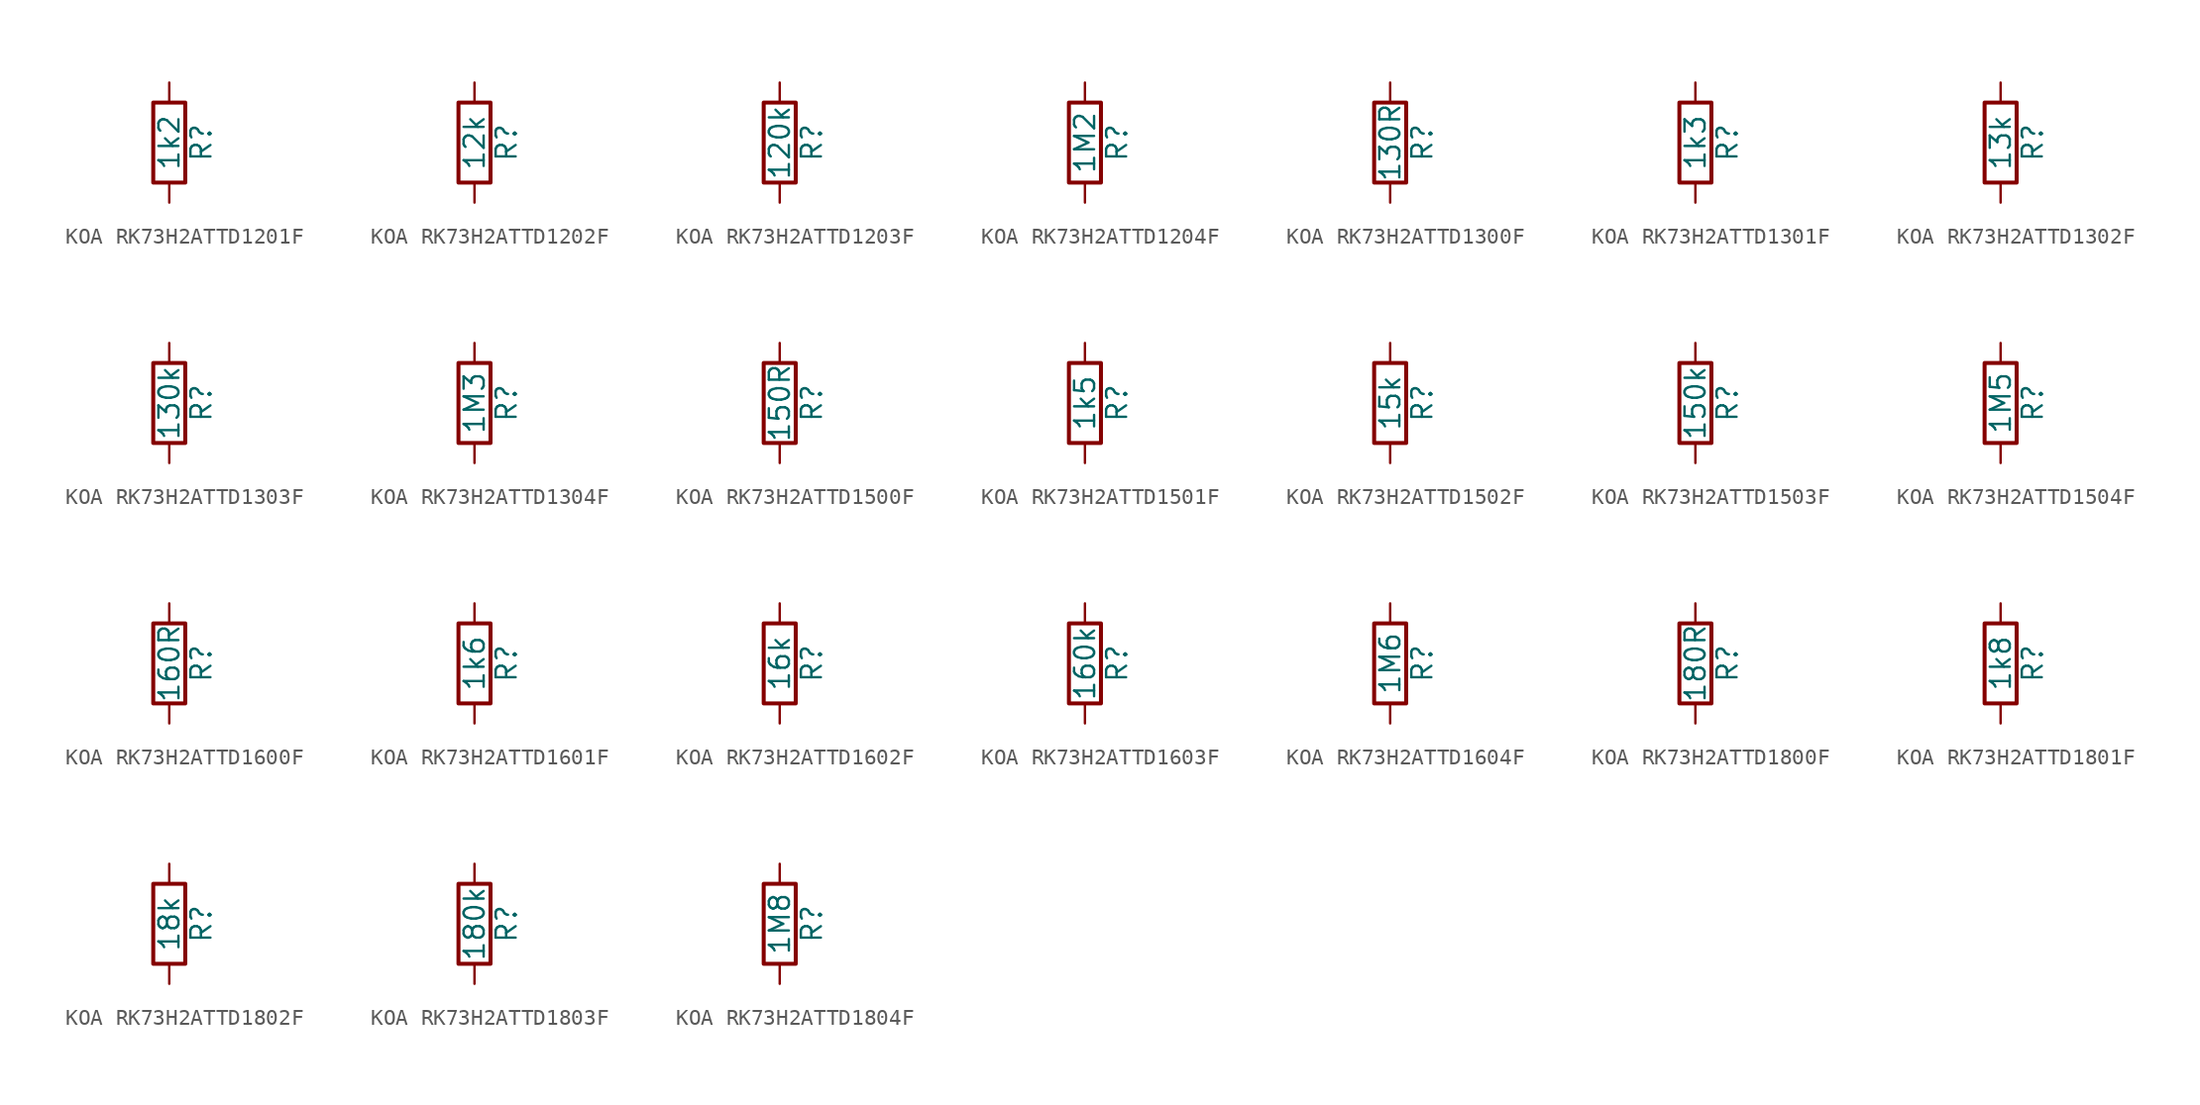
<source format=kicad_sym>
(kicad_symbol_lib
  (version 20220914)
  (generator kicad_symbol_editor)
  (symbol "KOA RK73H2ATTD1201F"
    (pin_numbers hide)
    (pin_names
      (offset 0))
    (property "Reference" "R"
      (at 2.032 0 90)
      (effects (font (size 1.27 1.27))))
    (property "Value" "1k2"
      (at 0 0 90)
      (effects (font (size 1.27 1.27))))
    (symbol "KOA RK73H2ATTD1201F_0_1"
      (rectangle (start -1.016 -2.54) (end 1.016 2.54) (stroke (width 0.254) (type default)) (fill (type none))))
    (symbol "KOA RK73H2ATTD1201F_1_1"
      (pin passive line (at 0 3.81 270) (length 1.27) (name "~" (effects (font (size 1.27 1.27)))) (number "1" (effects (font (size 1.27 1.27)))))
      (pin passive line (at 0 -3.81 90) (length 1.27) (name "~" (effects (font (size 1.27 1.27)))) (number "2" (effects (font (size 1.27 1.27)))))))
  (symbol "KOA RK73H2ATTD1202F"
    (pin_numbers hide)
    (pin_names
      (offset 0))
    (property "Reference" "R"
      (at 2.032 0 90)
      (effects (font (size 1.27 1.27))))
    (property "Value" "12k"
      (at 0 0 90)
      (effects (font (size 1.27 1.27))))
    (symbol "KOA RK73H2ATTD1202F_0_1"
      (rectangle (start -1.016 -2.54) (end 1.016 2.54) (stroke (width 0.254) (type default)) (fill (type none))))
    (symbol "KOA RK73H2ATTD1202F_1_1"
      (pin passive line (at 0 3.81 270) (length 1.27) (name "~" (effects (font (size 1.27 1.27)))) (number "1" (effects (font (size 1.27 1.27)))))
      (pin passive line (at 0 -3.81 90) (length 1.27) (name "~" (effects (font (size 1.27 1.27)))) (number "2" (effects (font (size 1.27 1.27)))))))
  (symbol "KOA RK73H2ATTD1203F"
    (pin_numbers hide)
    (pin_names
      (offset 0))
    (property "Reference" "R"
      (at 2.032 0 90)
      (effects (font (size 1.27 1.27))))
    (property "Value" "120k"
      (at 0 0 90)
      (effects (font (size 1.27 1.27))))
    (symbol "KOA RK73H2ATTD1203F_0_1"
      (rectangle (start -1.016 -2.54) (end 1.016 2.54) (stroke (width 0.254) (type default)) (fill (type none))))
    (symbol "KOA RK73H2ATTD1203F_1_1"
      (pin passive line (at 0 3.81 270) (length 1.27) (name "~" (effects (font (size 1.27 1.27)))) (number "1" (effects (font (size 1.27 1.27)))))
      (pin passive line (at 0 -3.81 90) (length 1.27) (name "~" (effects (font (size 1.27 1.27)))) (number "2" (effects (font (size 1.27 1.27)))))))
  (symbol "KOA RK73H2ATTD1204F"
    (pin_numbers hide)
    (pin_names
      (offset 0))
    (property "Reference" "R"
      (at 2.032 0 90)
      (effects (font (size 1.27 1.27))))
    (property "Value" "1M2"
      (at 0 0 90)
      (effects (font (size 1.27 1.27))))
    (symbol "KOA RK73H2ATTD1204F_0_1"
      (rectangle (start -1.016 -2.54) (end 1.016 2.54) (stroke (width 0.254) (type default)) (fill (type none))))
    (symbol "KOA RK73H2ATTD1204F_1_1"
      (pin passive line (at 0 3.81 270) (length 1.27) (name "~" (effects (font (size 1.27 1.27)))) (number "1" (effects (font (size 1.27 1.27)))))
      (pin passive line (at 0 -3.81 90) (length 1.27) (name "~" (effects (font (size 1.27 1.27)))) (number "2" (effects (font (size 1.27 1.27)))))))
  (symbol "KOA RK73H2ATTD1300F"
    (pin_numbers hide)
    (pin_names
      (offset 0))
    (property "Reference" "R"
      (at 2.032 0 90)
      (effects (font (size 1.27 1.27))))
    (property "Value" "130R"
      (at 0 0 90)
      (effects (font (size 1.27 1.27))))
    (symbol "KOA RK73H2ATTD1300F_0_1"
      (rectangle (start -1.016 -2.54) (end 1.016 2.54) (stroke (width 0.254) (type default)) (fill (type none))))
    (symbol "KOA RK73H2ATTD1300F_1_1"
      (pin passive line (at 0 3.81 270) (length 1.27) (name "~" (effects (font (size 1.27 1.27)))) (number "1" (effects (font (size 1.27 1.27)))))
      (pin passive line (at 0 -3.81 90) (length 1.27) (name "~" (effects (font (size 1.27 1.27)))) (number "2" (effects (font (size 1.27 1.27)))))))
  (symbol "KOA RK73H2ATTD1301F"
    (pin_numbers hide)
    (pin_names
      (offset 0))
    (property "Reference" "R"
      (at 2.032 0 90)
      (effects (font (size 1.27 1.27))))
    (property "Value" "1k3"
      (at 0 0 90)
      (effects (font (size 1.27 1.27))))
    (symbol "KOA RK73H2ATTD1301F_0_1"
      (rectangle (start -1.016 -2.54) (end 1.016 2.54) (stroke (width 0.254) (type default)) (fill (type none))))
    (symbol "KOA RK73H2ATTD1301F_1_1"
      (pin passive line (at 0 3.81 270) (length 1.27) (name "~" (effects (font (size 1.27 1.27)))) (number "1" (effects (font (size 1.27 1.27)))))
      (pin passive line (at 0 -3.81 90) (length 1.27) (name "~" (effects (font (size 1.27 1.27)))) (number "2" (effects (font (size 1.27 1.27)))))))
  (symbol "KOA RK73H2ATTD1302F"
    (pin_numbers hide)
    (pin_names
      (offset 0))
    (property "Reference" "R"
      (at 2.032 0 90)
      (effects (font (size 1.27 1.27))))
    (property "Value" "13k"
      (at 0 0 90)
      (effects (font (size 1.27 1.27))))
    (symbol "KOA RK73H2ATTD1302F_0_1"
      (rectangle (start -1.016 -2.54) (end 1.016 2.54) (stroke (width 0.254) (type default)) (fill (type none))))
    (symbol "KOA RK73H2ATTD1302F_1_1"
      (pin passive line (at 0 3.81 270) (length 1.27) (name "~" (effects (font (size 1.27 1.27)))) (number "1" (effects (font (size 1.27 1.27)))))
      (pin passive line (at 0 -3.81 90) (length 1.27) (name "~" (effects (font (size 1.27 1.27)))) (number "2" (effects (font (size 1.27 1.27)))))))
  (symbol "KOA RK73H2ATTD1303F"
    (pin_numbers hide)
    (pin_names
      (offset 0))
    (property "Reference" "R"
      (at 2.032 0 90)
      (effects (font (size 1.27 1.27))))
    (property "Value" "130k"
      (at 0 0 90)
      (effects (font (size 1.27 1.27))))
    (symbol "KOA RK73H2ATTD1303F_0_1"
      (rectangle (start -1.016 -2.54) (end 1.016 2.54) (stroke (width 0.254) (type default)) (fill (type none))))
    (symbol "KOA RK73H2ATTD1303F_1_1"
      (pin passive line (at 0 3.81 270) (length 1.27) (name "~" (effects (font (size 1.27 1.27)))) (number "1" (effects (font (size 1.27 1.27)))))
      (pin passive line (at 0 -3.81 90) (length 1.27) (name "~" (effects (font (size 1.27 1.27)))) (number "2" (effects (font (size 1.27 1.27)))))))
  (symbol "KOA RK73H2ATTD1304F"
    (pin_numbers hide)
    (pin_names
      (offset 0))
    (property "Reference" "R"
      (at 2.032 0 90)
      (effects (font (size 1.27 1.27))))
    (property "Value" "1M3"
      (at 0 0 90)
      (effects (font (size 1.27 1.27))))
    (symbol "KOA RK73H2ATTD1304F_0_1"
      (rectangle (start -1.016 -2.54) (end 1.016 2.54) (stroke (width 0.254) (type default)) (fill (type none))))
    (symbol "KOA RK73H2ATTD1304F_1_1"
      (pin passive line (at 0 3.81 270) (length 1.27) (name "~" (effects (font (size 1.27 1.27)))) (number "1" (effects (font (size 1.27 1.27)))))
      (pin passive line (at 0 -3.81 90) (length 1.27) (name "~" (effects (font (size 1.27 1.27)))) (number "2" (effects (font (size 1.27 1.27)))))))
  (symbol "KOA RK73H2ATTD1500F"
    (pin_numbers hide)
    (pin_names
      (offset 0))
    (property "Reference" "R"
      (at 2.032 0 90)
      (effects (font (size 1.27 1.27))))
    (property "Value" "150R"
      (at 0 0 90)
      (effects (font (size 1.27 1.27))))
    (symbol "KOA RK73H2ATTD1500F_0_1"
      (rectangle (start -1.016 -2.54) (end 1.016 2.54) (stroke (width 0.254) (type default)) (fill (type none))))
    (symbol "KOA RK73H2ATTD1500F_1_1"
      (pin passive line (at 0 3.81 270) (length 1.27) (name "~" (effects (font (size 1.27 1.27)))) (number "1" (effects (font (size 1.27 1.27)))))
      (pin passive line (at 0 -3.81 90) (length 1.27) (name "~" (effects (font (size 1.27 1.27)))) (number "2" (effects (font (size 1.27 1.27)))))))
  (symbol "KOA RK73H2ATTD1501F"
    (pin_numbers hide)
    (pin_names
      (offset 0))
    (property "Reference" "R"
      (at 2.032 0 90)
      (effects (font (size 1.27 1.27))))
    (property "Value" "1k5"
      (at 0 0 90)
      (effects (font (size 1.27 1.27))))
    (symbol "KOA RK73H2ATTD1501F_0_1"
      (rectangle (start -1.016 -2.54) (end 1.016 2.54) (stroke (width 0.254) (type default)) (fill (type none))))
    (symbol "KOA RK73H2ATTD1501F_1_1"
      (pin passive line (at 0 3.81 270) (length 1.27) (name "~" (effects (font (size 1.27 1.27)))) (number "1" (effects (font (size 1.27 1.27)))))
      (pin passive line (at 0 -3.81 90) (length 1.27) (name "~" (effects (font (size 1.27 1.27)))) (number "2" (effects (font (size 1.27 1.27)))))))
  (symbol "KOA RK73H2ATTD1502F"
    (pin_numbers hide)
    (pin_names
      (offset 0))
    (property "Reference" "R"
      (at 2.032 0 90)
      (effects (font (size 1.27 1.27))))
    (property "Value" "15k"
      (at 0 0 90)
      (effects (font (size 1.27 1.27))))
    (symbol "KOA RK73H2ATTD1502F_0_1"
      (rectangle (start -1.016 -2.54) (end 1.016 2.54) (stroke (width 0.254) (type default)) (fill (type none))))
    (symbol "KOA RK73H2ATTD1502F_1_1"
      (pin passive line (at 0 3.81 270) (length 1.27) (name "~" (effects (font (size 1.27 1.27)))) (number "1" (effects (font (size 1.27 1.27)))))
      (pin passive line (at 0 -3.81 90) (length 1.27) (name "~" (effects (font (size 1.27 1.27)))) (number "2" (effects (font (size 1.27 1.27)))))))
  (symbol "KOA RK73H2ATTD1503F"
    (pin_numbers hide)
    (pin_names
      (offset 0))
    (property "Reference" "R"
      (at 2.032 0 90)
      (effects (font (size 1.27 1.27))))
    (property "Value" "150k"
      (at 0 0 90)
      (effects (font (size 1.27 1.27))))
    (symbol "KOA RK73H2ATTD1503F_0_1"
      (rectangle (start -1.016 -2.54) (end 1.016 2.54) (stroke (width 0.254) (type default)) (fill (type none))))
    (symbol "KOA RK73H2ATTD1503F_1_1"
      (pin passive line (at 0 3.81 270) (length 1.27) (name "~" (effects (font (size 1.27 1.27)))) (number "1" (effects (font (size 1.27 1.27)))))
      (pin passive line (at 0 -3.81 90) (length 1.27) (name "~" (effects (font (size 1.27 1.27)))) (number "2" (effects (font (size 1.27 1.27)))))))
  (symbol "KOA RK73H2ATTD1504F"
    (pin_numbers hide)
    (pin_names
      (offset 0))
    (property "Reference" "R"
      (at 2.032 0 90)
      (effects (font (size 1.27 1.27))))
    (property "Value" "1M5"
      (at 0 0 90)
      (effects (font (size 1.27 1.27))))
    (symbol "KOA RK73H2ATTD1504F_0_1"
      (rectangle (start -1.016 -2.54) (end 1.016 2.54) (stroke (width 0.254) (type default)) (fill (type none))))
    (symbol "KOA RK73H2ATTD1504F_1_1"
      (pin passive line (at 0 3.81 270) (length 1.27) (name "~" (effects (font (size 1.27 1.27)))) (number "1" (effects (font (size 1.27 1.27)))))
      (pin passive line (at 0 -3.81 90) (length 1.27) (name "~" (effects (font (size 1.27 1.27)))) (number "2" (effects (font (size 1.27 1.27)))))))
  (symbol "KOA RK73H2ATTD1600F"
    (pin_numbers hide)
    (pin_names
      (offset 0))
    (property "Reference" "R"
      (at 2.032 0 90)
      (effects (font (size 1.27 1.27))))
    (property "Value" "160R"
      (at 0 0 90)
      (effects (font (size 1.27 1.27))))
    (symbol "KOA RK73H2ATTD1600F_0_1"
      (rectangle (start -1.016 -2.54) (end 1.016 2.54) (stroke (width 0.254) (type default)) (fill (type none))))
    (symbol "KOA RK73H2ATTD1600F_1_1"
      (pin passive line (at 0 3.81 270) (length 1.27) (name "~" (effects (font (size 1.27 1.27)))) (number "1" (effects (font (size 1.27 1.27)))))
      (pin passive line (at 0 -3.81 90) (length 1.27) (name "~" (effects (font (size 1.27 1.27)))) (number "2" (effects (font (size 1.27 1.27)))))))
  (symbol "KOA RK73H2ATTD1601F"
    (pin_numbers hide)
    (pin_names
      (offset 0))
    (property "Reference" "R"
      (at 2.032 0 90)
      (effects (font (size 1.27 1.27))))
    (property "Value" "1k6"
      (at 0 0 90)
      (effects (font (size 1.27 1.27))))
    (symbol "KOA RK73H2ATTD1601F_0_1"
      (rectangle (start -1.016 -2.54) (end 1.016 2.54) (stroke (width 0.254) (type default)) (fill (type none))))
    (symbol "KOA RK73H2ATTD1601F_1_1"
      (pin passive line (at 0 3.81 270) (length 1.27) (name "~" (effects (font (size 1.27 1.27)))) (number "1" (effects (font (size 1.27 1.27)))))
      (pin passive line (at 0 -3.81 90) (length 1.27) (name "~" (effects (font (size 1.27 1.27)))) (number "2" (effects (font (size 1.27 1.27)))))))
  (symbol "KOA RK73H2ATTD1602F"
    (pin_numbers hide)
    (pin_names
      (offset 0))
    (property "Reference" "R"
      (at 2.032 0 90)
      (effects (font (size 1.27 1.27))))
    (property "Value" "16k"
      (at 0 0 90)
      (effects (font (size 1.27 1.27))))
    (symbol "KOA RK73H2ATTD1602F_0_1"
      (rectangle (start -1.016 -2.54) (end 1.016 2.54) (stroke (width 0.254) (type default)) (fill (type none))))
    (symbol "KOA RK73H2ATTD1602F_1_1"
      (pin passive line (at 0 3.81 270) (length 1.27) (name "~" (effects (font (size 1.27 1.27)))) (number "1" (effects (font (size 1.27 1.27)))))
      (pin passive line (at 0 -3.81 90) (length 1.27) (name "~" (effects (font (size 1.27 1.27)))) (number "2" (effects (font (size 1.27 1.27)))))))
  (symbol "KOA RK73H2ATTD1603F"
    (pin_numbers hide)
    (pin_names
      (offset 0))
    (property "Reference" "R"
      (at 2.032 0 90)
      (effects (font (size 1.27 1.27))))
    (property "Value" "160k"
      (at 0 0 90)
      (effects (font (size 1.27 1.27))))
    (symbol "KOA RK73H2ATTD1603F_0_1"
      (rectangle (start -1.016 -2.54) (end 1.016 2.54) (stroke (width 0.254) (type default)) (fill (type none))))
    (symbol "KOA RK73H2ATTD1603F_1_1"
      (pin passive line (at 0 3.81 270) (length 1.27) (name "~" (effects (font (size 1.27 1.27)))) (number "1" (effects (font (size 1.27 1.27)))))
      (pin passive line (at 0 -3.81 90) (length 1.27) (name "~" (effects (font (size 1.27 1.27)))) (number "2" (effects (font (size 1.27 1.27)))))))
  (symbol "KOA RK73H2ATTD1604F"
    (pin_numbers hide)
    (pin_names
      (offset 0))
    (property "Reference" "R"
      (at 2.032 0 90)
      (effects (font (size 1.27 1.27))))
    (property "Value" "1M6"
      (at 0 0 90)
      (effects (font (size 1.27 1.27))))
    (symbol "KOA RK73H2ATTD1604F_0_1"
      (rectangle (start -1.016 -2.54) (end 1.016 2.54) (stroke (width 0.254) (type default)) (fill (type none))))
    (symbol "KOA RK73H2ATTD1604F_1_1"
      (pin passive line (at 0 3.81 270) (length 1.27) (name "~" (effects (font (size 1.27 1.27)))) (number "1" (effects (font (size 1.27 1.27)))))
      (pin passive line (at 0 -3.81 90) (length 1.27) (name "~" (effects (font (size 1.27 1.27)))) (number "2" (effects (font (size 1.27 1.27)))))))
  (symbol "KOA RK73H2ATTD1800F"
    (pin_numbers hide)
    (pin_names
      (offset 0))
    (property "Reference" "R"
      (at 2.032 0 90)
      (effects (font (size 1.27 1.27))))
    (property "Value" "180R"
      (at 0 0 90)
      (effects (font (size 1.27 1.27))))
    (symbol "KOA RK73H2ATTD1800F_0_1"
      (rectangle (start -1.016 -2.54) (end 1.016 2.54) (stroke (width 0.254) (type default)) (fill (type none))))
    (symbol "KOA RK73H2ATTD1800F_1_1"
      (pin passive line (at 0 3.81 270) (length 1.27) (name "~" (effects (font (size 1.27 1.27)))) (number "1" (effects (font (size 1.27 1.27)))))
      (pin passive line (at 0 -3.81 90) (length 1.27) (name "~" (effects (font (size 1.27 1.27)))) (number "2" (effects (font (size 1.27 1.27)))))))
  (symbol "KOA RK73H2ATTD1801F"
    (pin_numbers hide)
    (pin_names
      (offset 0))
    (property "Reference" "R"
      (at 2.032 0 90)
      (effects (font (size 1.27 1.27))))
    (property "Value" "1k8"
      (at 0 0 90)
      (effects (font (size 1.27 1.27))))
    (symbol "KOA RK73H2ATTD1801F_0_1"
      (rectangle (start -1.016 -2.54) (end 1.016 2.54) (stroke (width 0.254) (type default)) (fill (type none))))
    (symbol "KOA RK73H2ATTD1801F_1_1"
      (pin passive line (at 0 3.81 270) (length 1.27) (name "~" (effects (font (size 1.27 1.27)))) (number "1" (effects (font (size 1.27 1.27)))))
      (pin passive line (at 0 -3.81 90) (length 1.27) (name "~" (effects (font (size 1.27 1.27)))) (number "2" (effects (font (size 1.27 1.27)))))))
  (symbol "KOA RK73H2ATTD1802F"
    (pin_numbers hide)
    (pin_names
      (offset 0))
    (property "Reference" "R"
      (at 2.032 0 90)
      (effects (font (size 1.27 1.27))))
    (property "Value" "18k"
      (at 0 0 90)
      (effects (font (size 1.27 1.27))))
    (symbol "KOA RK73H2ATTD1802F_0_1"
      (rectangle (start -1.016 -2.54) (end 1.016 2.54) (stroke (width 0.254) (type default)) (fill (type none))))
    (symbol "KOA RK73H2ATTD1802F_1_1"
      (pin passive line (at 0 3.81 270) (length 1.27) (name "~" (effects (font (size 1.27 1.27)))) (number "1" (effects (font (size 1.27 1.27)))))
      (pin passive line (at 0 -3.81 90) (length 1.27) (name "~" (effects (font (size 1.27 1.27)))) (number "2" (effects (font (size 1.27 1.27)))))))
  (symbol "KOA RK73H2ATTD1803F"
    (pin_numbers hide)
    (pin_names
      (offset 0))
    (property "Reference" "R"
      (at 2.032 0 90)
      (effects (font (size 1.27 1.27))))
    (property "Value" "180k"
      (at 0 0 90)
      (effects (font (size 1.27 1.27))))
    (symbol "KOA RK73H2ATTD1803F_0_1"
      (rectangle (start -1.016 -2.54) (end 1.016 2.54) (stroke (width 0.254) (type default)) (fill (type none))))
    (symbol "KOA RK73H2ATTD1803F_1_1"
      (pin passive line (at 0 3.81 270) (length 1.27) (name "~" (effects (font (size 1.27 1.27)))) (number "1" (effects (font (size 1.27 1.27)))))
      (pin passive line (at 0 -3.81 90) (length 1.27) (name "~" (effects (font (size 1.27 1.27)))) (number "2" (effects (font (size 1.27 1.27)))))))
  (symbol "KOA RK73H2ATTD1804F"
    (pin_numbers hide)
    (pin_names
      (offset 0))
    (property "Reference" "R"
      (at 2.032 0 90)
      (effects (font (size 1.27 1.27))))
    (property "Value" "1M8"
      (at 0 0 90)
      (effects (font (size 1.27 1.27))))
    (symbol "KOA RK73H2ATTD1804F_0_1"
      (rectangle (start -1.016 -2.54) (end 1.016 2.54) (stroke (width 0.254) (type default)) (fill (type none))))
    (symbol "KOA RK73H2ATTD1804F_1_1"
      (pin passive line (at 0 3.81 270) (length 1.27) (name "~" (effects (font (size 1.27 1.27)))) (number "1" (effects (font (size 1.27 1.27)))))
      (pin passive line (at 0 -3.81 90) (length 1.27) (name "~" (effects (font (size 1.27 1.27)))) (number "2" (effects (font (size 1.27 1.27))))))))
</source>
